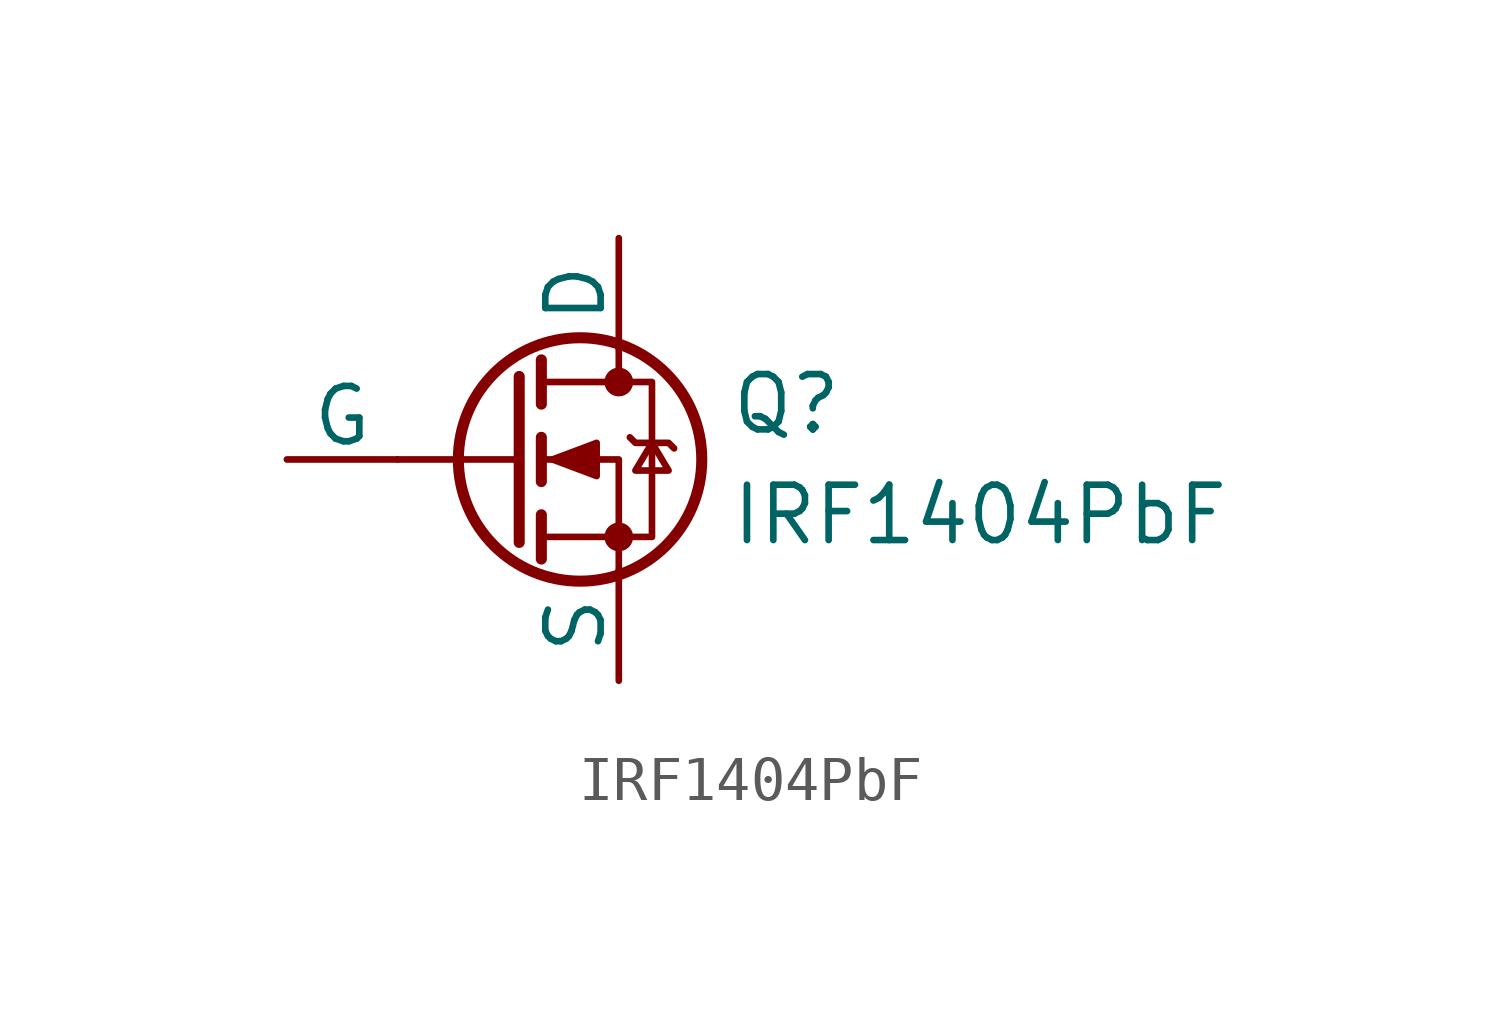
<source format=kicad_sym>
(kicad_symbol_lib
  (version 20241209)
  (generator "kicad_symbol_editor")
  (generator_version "9.0")
  (symbol "IRF1404PbF"
    (pin_numbers
      (hide yes))
    (pin_names
      (offset 0))
    (property "Reference" "Q"
      (at 5.08 1.27 0)
      (effects (font (size 1.27 1.27)) (justify left)))
    (property "Value" "IRF1404PbF"
      (at 5.08 -1.27 0)
      (effects (font (size 1.27 1.27)) (justify left)))
    (symbol "IRF1404PbF_0_1"
      (polyline (pts (xy 0.254 1.905) (xy 0.254 -1.905)) (stroke (width 0.254) (type default)) (fill (type none)))
      (polyline (pts (xy 0.254 0) (xy -2.54 0)) (stroke (width 0) (type default)) (fill (type none)))
      (polyline (pts (xy 0.762 2.286) (xy 0.762 1.27)) (stroke (width 0.254) (type default)) (fill (type none)))
      (polyline (pts (xy 0.762 0.508) (xy 0.762 -0.508)) (stroke (width 0.254) (type default)) (fill (type none)))
      (polyline (pts (xy 0.762 -1.27) (xy 0.762 -2.286)) (stroke (width 0.254) (type default)) (fill (type none)))
      (polyline (pts (xy 0.762 -1.778) (xy 3.302 -1.778) (xy 3.302 1.778) (xy 0.762 1.778)) (stroke (width 0) (type default)) (fill (type none)))
      (polyline (pts (xy 1.016 0) (xy 2.032 0.381) (xy 2.032 -0.381) (xy 1.016 0)) (stroke (width 0) (type default)) (fill (type outline)))
      (circle (center 1.651 0) (radius 2.794) (stroke (width 0.254) (type default)) (fill (type none)))
      (polyline (pts (xy 2.54 2.54) (xy 2.54 1.778)) (stroke (width 0) (type default)) (fill (type none)))
      (circle (center 2.54 1.778) (radius 0.254) (stroke (width 0) (type default)) (fill (type outline)))
      (circle (center 2.54 -1.778) (radius 0.254) (stroke (width 0) (type default)) (fill (type outline)))
      (polyline (pts (xy 2.54 -2.54) (xy 2.54 0) (xy 0.762 0)) (stroke (width 0) (type default)) (fill (type none)))
      (polyline (pts (xy 2.794 0.508) (xy 2.921 0.381) (xy 3.683 0.381) (xy 3.81 0.254)) (stroke (width 0) (type default)) (fill (type none)))
      (polyline (pts (xy 3.302 0.381) (xy 2.921 -0.254) (xy 3.683 -0.254) (xy 3.302 0.381)) (stroke (width 0) (type default)) (fill (type none))))
    (symbol "IRF1404PbF_1_1"
      (pin input line (at -5.08 0 0) (length 2.54) (name "G" (effects (font (size 1.27 1.27)))) (number "2" (effects (font (size 1.27 1.27)))))
      (pin passive line (at 2.54 5.08 270) (length 2.54) (name "D" (effects (font (size 1.27 1.27)))) (number "1" (effects (font (size 1.27 1.27)))))
      (pin passive line (at 2.54 -5.08 90) (length 2.54) (name "S" (effects (font (size 1.27 1.27)))) (number "3" (effects (font (size 1.27 1.27))))))))
</source>
